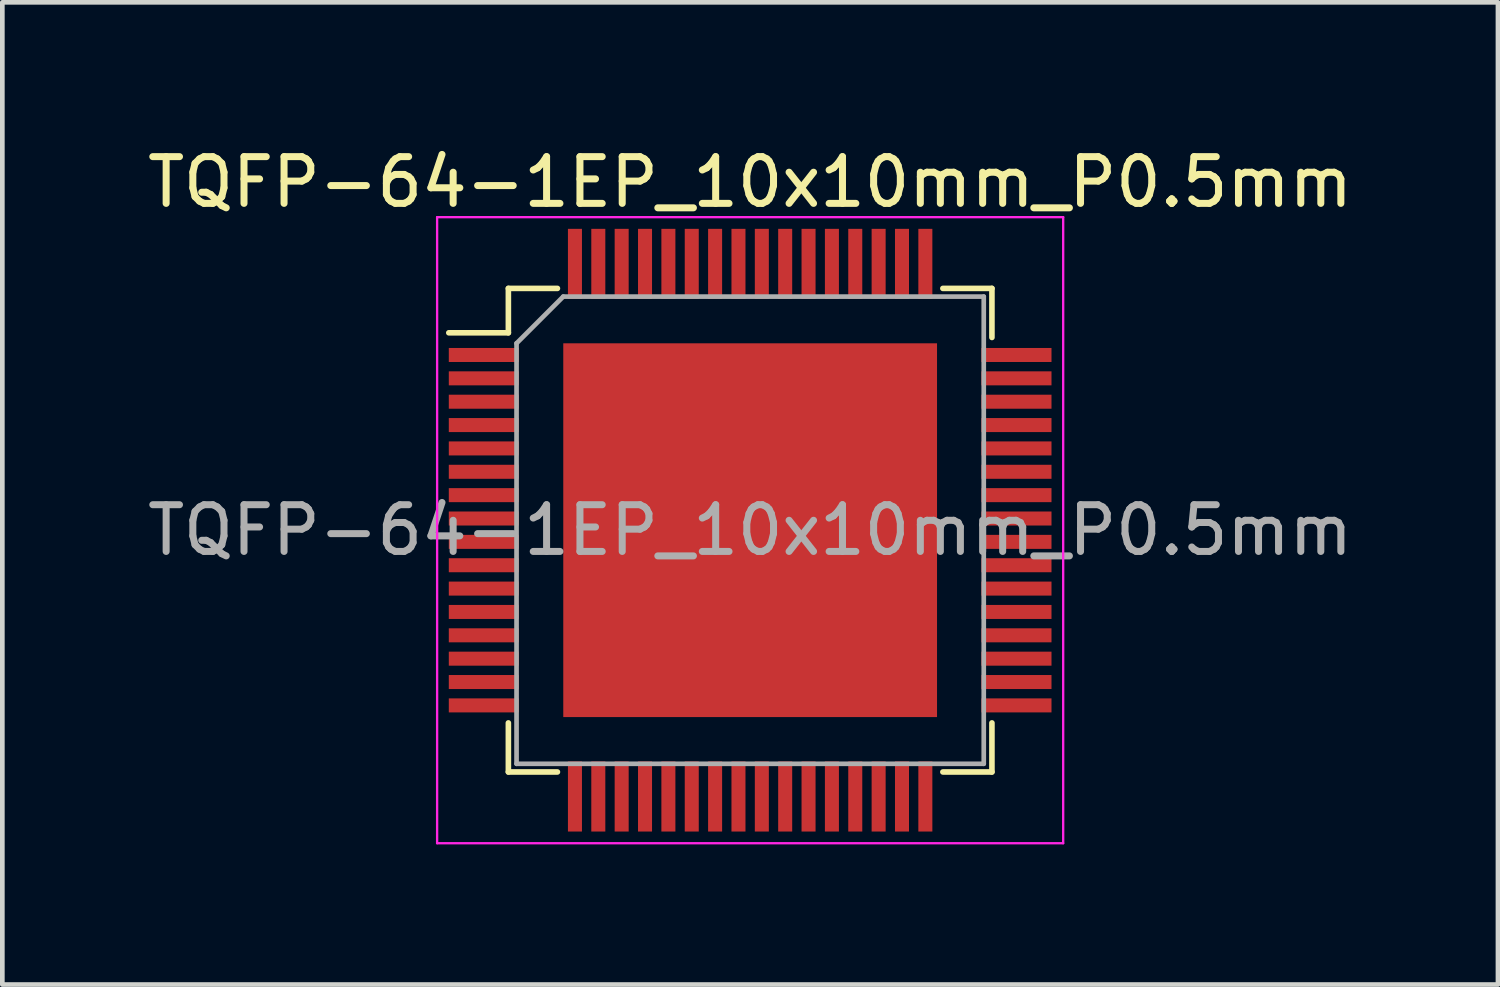
<source format=kicad_pcb>
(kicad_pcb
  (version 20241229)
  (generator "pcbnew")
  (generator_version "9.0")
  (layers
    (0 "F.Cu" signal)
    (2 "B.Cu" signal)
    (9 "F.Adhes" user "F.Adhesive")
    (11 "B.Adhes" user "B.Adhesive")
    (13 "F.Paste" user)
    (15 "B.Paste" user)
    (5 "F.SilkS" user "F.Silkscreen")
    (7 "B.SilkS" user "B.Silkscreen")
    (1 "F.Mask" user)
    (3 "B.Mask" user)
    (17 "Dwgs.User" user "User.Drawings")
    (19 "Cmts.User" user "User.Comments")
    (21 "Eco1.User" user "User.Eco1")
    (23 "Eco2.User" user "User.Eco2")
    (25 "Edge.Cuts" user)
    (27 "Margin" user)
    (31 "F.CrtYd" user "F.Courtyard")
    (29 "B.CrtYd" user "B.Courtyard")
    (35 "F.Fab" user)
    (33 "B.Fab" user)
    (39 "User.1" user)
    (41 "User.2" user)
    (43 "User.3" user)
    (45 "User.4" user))
  (footprint "TQFP-64-1EP_10x10mm_P0.5mm"
    (layer "F.Cu")
    (at 13.006 8.298)
    (property "Reference" "TQFP-64-1EP_10x10mm_P0.5mm" (at 0 -7.45 0) (layer "F.SilkS") (effects (font (size 1 1) (thickness 0.15))))
    (attr smd)
    (fp_line (start -5.175 -5.175) (end -5.175 -4.225) (stroke (width 0.12) (type solid)) (layer "F.SilkS"))
    (fp_line (start -5.175 -5.175) (end -4.125 -5.175) (stroke (width 0.12) (type solid)) (layer "F.SilkS"))
    (fp_line (start -5.175 -4.225) (end -6.45 -4.225) (stroke (width 0.12) (type solid)) (layer "F.SilkS"))
    (fp_line (start -5.175 5.175) (end -5.175 4.125) (stroke (width 0.12) (type solid)) (layer "F.SilkS"))
    (fp_line (start -5.175 5.175) (end -4.125 5.175) (stroke (width 0.12) (type solid)) (layer "F.SilkS"))
    (fp_line (start 5.175 -5.175) (end 4.125 -5.175) (stroke (width 0.12) (type solid)) (layer "F.SilkS"))
    (fp_line (start 5.175 -5.175) (end 5.175 -4.125) (stroke (width 0.12) (type solid)) (layer "F.SilkS"))
    (fp_line (start 5.175 5.175) (end 4.125 5.175) (stroke (width 0.12) (type solid)) (layer "F.SilkS"))
    (fp_line (start 5.175 5.175) (end 5.175 4.125) (stroke (width 0.12) (type solid)) (layer "F.SilkS"))
    (fp_line (start -6.7 -6.7) (end -6.7 6.7) (stroke (width 0.05) (type solid)) (layer "F.CrtYd"))
    (fp_line (start -6.7 -6.7) (end 6.7 -6.7) (stroke (width 0.05) (type solid)) (layer "F.CrtYd"))
    (fp_line (start -6.7 6.7) (end 6.7 6.7) (stroke (width 0.05) (type solid)) (layer "F.CrtYd"))
    (fp_line (start 6.7 -6.7) (end 6.7 6.7) (stroke (width 0.05) (type solid)) (layer "F.CrtYd"))
    (fp_line (start -5 -4) (end -4 -5) (stroke (width 0.1) (type solid)) (layer "F.Fab"))
    (fp_line (start -5 5) (end -5 -4) (stroke (width 0.1) (type solid)) (layer "F.Fab"))
    (fp_line (start -4 -5) (end 5 -5) (stroke (width 0.1) (type solid)) (layer "F.Fab"))
    (fp_line (start 5 -5) (end 5 5) (stroke (width 0.1) (type solid)) (layer "F.Fab"))
    (fp_line (start 5 5) (end -5 5) (stroke (width 0.1) (type solid)) (layer "F.Fab"))
    (fp_text user "${REFERENCE}" (at 0 0 0) (layer "F.Fab") (effects (font (size 1 1) (thickness 0.15))))
    (pad "" smd rect (at -3.2 -3.2) (size 1.24 1.24) (layers "F.Paste"))
    (pad "" smd rect (at -3.2 -1.6) (size 1.24 1.24) (layers "F.Paste"))
    (pad "" smd rect (at -3.2 0) (size 1.24 1.24) (layers "F.Paste"))
    (pad "" smd rect (at -3.2 1.6) (size 1.24 1.24) (layers "F.Paste"))
    (pad "" smd rect (at -3.2 3.2) (size 1.24 1.24) (layers "F.Paste"))
    (pad "" smd rect (at -1.6 -3.2) (size 1.24 1.24) (layers "F.Paste"))
    (pad "" smd rect (at -1.6 -1.6) (size 1.24 1.24) (layers "F.Paste"))
    (pad "" smd rect (at -1.6 0) (size 1.24 1.24) (layers "F.Paste"))
    (pad "" smd rect (at -1.6 1.6) (size 1.24 1.24) (layers "F.Paste"))
    (pad "" smd rect (at -1.6 3.2) (size 1.24 1.24) (layers "F.Paste"))
    (pad "" smd rect (at 0 -3.2) (size 1.24 1.24) (layers "F.Paste"))
    (pad "" smd rect (at 0 -1.6) (size 1.24 1.24) (layers "F.Paste"))
    (pad "" smd rect (at 0 0) (size 1.24 1.24) (layers "F.Paste"))
    (pad "" smd rect (at 0 1.6) (size 1.24 1.24) (layers "F.Paste"))
    (pad "" smd rect (at 0 3.2) (size 1.24 1.24) (layers "F.Paste"))
    (pad "" smd rect (at 1.6 -3.2) (size 1.24 1.24) (layers "F.Paste"))
    (pad "" smd rect (at 1.6 -1.6) (size 1.24 1.24) (layers "F.Paste"))
    (pad "" smd rect (at 1.6 0) (size 1.24 1.24) (layers "F.Paste"))
    (pad "" smd rect (at 1.6 1.6) (size 1.24 1.24) (layers "F.Paste"))
    (pad "" smd rect (at 1.6 3.2) (size 1.24 1.24) (layers "F.Paste"))
    (pad "" smd rect (at 3.2 -3.2) (size 1.24 1.24) (layers "F.Paste"))
    (pad "" smd rect (at 3.2 -1.6) (size 1.24 1.24) (layers "F.Paste"))
    (pad "" smd rect (at 3.2 0) (size 1.24 1.24) (layers "F.Paste"))
    (pad "" smd rect (at 3.2 1.6) (size 1.24 1.24) (layers "F.Paste"))
    (pad "" smd rect (at 3.2 3.2) (size 1.24 1.24) (layers "F.Paste"))
    (pad "1" smd rect (at -5.7 -3.75) (size 1.5 0.3) (layers "F.Cu" "F.Mask" "F.Paste"))
    (pad "2" smd rect (at -5.7 -3.25) (size 1.5 0.3) (layers "F.Cu" "F.Mask" "F.Paste"))
    (pad "3" smd rect (at -5.7 -2.75) (size 1.5 0.3) (layers "F.Cu" "F.Mask" "F.Paste"))
    (pad "4" smd rect (at -5.7 -2.25) (size 1.5 0.3) (layers "F.Cu" "F.Mask" "F.Paste"))
    (pad "5" smd rect (at -5.7 -1.75) (size 1.5 0.3) (layers "F.Cu" "F.Mask" "F.Paste"))
    (pad "6" smd rect (at -5.7 -1.25) (size 1.5 0.3) (layers "F.Cu" "F.Mask" "F.Paste"))
    (pad "7" smd rect (at -5.7 -0.75) (size 1.5 0.3) (layers "F.Cu" "F.Mask" "F.Paste"))
    (pad "8" smd rect (at -5.7 -0.25) (size 1.5 0.3) (layers "F.Cu" "F.Mask" "F.Paste"))
    (pad "9" smd rect (at -5.7 0.25) (size 1.5 0.3) (layers "F.Cu" "F.Mask" "F.Paste"))
    (pad "10" smd rect (at -5.7 0.75) (size 1.5 0.3) (layers "F.Cu" "F.Mask" "F.Paste"))
    (pad "11" smd rect (at -5.7 1.25) (size 1.5 0.3) (layers "F.Cu" "F.Mask" "F.Paste"))
    (pad "12" smd rect (at -5.7 1.75) (size 1.5 0.3) (layers "F.Cu" "F.Mask" "F.Paste"))
    (pad "13" smd rect (at -5.7 2.25) (size 1.5 0.3) (layers "F.Cu" "F.Mask" "F.Paste"))
    (pad "14" smd rect (at -5.7 2.75) (size 1.5 0.3) (layers "F.Cu" "F.Mask" "F.Paste"))
    (pad "15" smd rect (at -5.7 3.25) (size 1.5 0.3) (layers "F.Cu" "F.Mask" "F.Paste"))
    (pad "16" smd rect (at -5.7 3.75) (size 1.5 0.3) (layers "F.Cu" "F.Mask" "F.Paste"))
    (pad "17" smd rect (at -3.75 5.7 90) (size 1.5 0.3) (layers "F.Cu" "F.Mask" "F.Paste"))
    (pad "18" smd rect (at -3.25 5.7 90) (size 1.5 0.3) (layers "F.Cu" "F.Mask" "F.Paste"))
    (pad "19" smd rect (at -2.75 5.7 90) (size 1.5 0.3) (layers "F.Cu" "F.Mask" "F.Paste"))
    (pad "20" smd rect (at -2.25 5.7 90) (size 1.5 0.3) (layers "F.Cu" "F.Mask" "F.Paste"))
    (pad "21" smd rect (at -1.75 5.7 90) (size 1.5 0.3) (layers "F.Cu" "F.Mask" "F.Paste"))
    (pad "22" smd rect (at -1.25 5.7 90) (size 1.5 0.3) (layers "F.Cu" "F.Mask" "F.Paste"))
    (pad "23" smd rect (at -0.75 5.7 90) (size 1.5 0.3) (layers "F.Cu" "F.Mask" "F.Paste"))
    (pad "24" smd rect (at -0.25 5.7 90) (size 1.5 0.3) (layers "F.Cu" "F.Mask" "F.Paste"))
    (pad "25" smd rect (at 0.25 5.7 90) (size 1.5 0.3) (layers "F.Cu" "F.Mask" "F.Paste"))
    (pad "26" smd rect (at 0.75 5.7 90) (size 1.5 0.3) (layers "F.Cu" "F.Mask" "F.Paste"))
    (pad "27" smd rect (at 1.25 5.7 90) (size 1.5 0.3) (layers "F.Cu" "F.Mask" "F.Paste"))
    (pad "28" smd rect (at 1.75 5.7 90) (size 1.5 0.3) (layers "F.Cu" "F.Mask" "F.Paste"))
    (pad "29" smd rect (at 2.25 5.7 90) (size 1.5 0.3) (layers "F.Cu" "F.Mask" "F.Paste"))
    (pad "30" smd rect (at 2.75 5.7 90) (size 1.5 0.3) (layers "F.Cu" "F.Mask" "F.Paste"))
    (pad "31" smd rect (at 3.25 5.7 90) (size 1.5 0.3) (layers "F.Cu" "F.Mask" "F.Paste"))
    (pad "32" smd rect (at 3.75 5.7 90) (size 1.5 0.3) (layers "F.Cu" "F.Mask" "F.Paste"))
    (pad "33" smd rect (at 5.7 3.75) (size 1.5 0.3) (layers "F.Cu" "F.Mask" "F.Paste"))
    (pad "34" smd rect (at 5.7 3.25) (size 1.5 0.3) (layers "F.Cu" "F.Mask" "F.Paste"))
    (pad "35" smd rect (at 5.7 2.75) (size 1.5 0.3) (layers "F.Cu" "F.Mask" "F.Paste"))
    (pad "36" smd rect (at 5.7 2.25) (size 1.5 0.3) (layers "F.Cu" "F.Mask" "F.Paste"))
    (pad "37" smd rect (at 5.7 1.75) (size 1.5 0.3) (layers "F.Cu" "F.Mask" "F.Paste"))
    (pad "38" smd rect (at 5.7 1.25) (size 1.5 0.3) (layers "F.Cu" "F.Mask" "F.Paste"))
    (pad "39" smd rect (at 5.7 0.75) (size 1.5 0.3) (layers "F.Cu" "F.Mask" "F.Paste"))
    (pad "40" smd rect (at 5.7 0.25) (size 1.5 0.3) (layers "F.Cu" "F.Mask" "F.Paste"))
    (pad "41" smd rect (at 5.7 -0.25) (size 1.5 0.3) (layers "F.Cu" "F.Mask" "F.Paste"))
    (pad "42" smd rect (at 5.7 -0.75) (size 1.5 0.3) (layers "F.Cu" "F.Mask" "F.Paste"))
    (pad "43" smd rect (at 5.7 -1.25) (size 1.5 0.3) (layers "F.Cu" "F.Mask" "F.Paste"))
    (pad "44" smd rect (at 5.7 -1.75) (size 1.5 0.3) (layers "F.Cu" "F.Mask" "F.Paste"))
    (pad "45" smd rect (at 5.7 -2.25) (size 1.5 0.3) (layers "F.Cu" "F.Mask" "F.Paste"))
    (pad "46" smd rect (at 5.7 -2.75) (size 1.5 0.3) (layers "F.Cu" "F.Mask" "F.Paste"))
    (pad "47" smd rect (at 5.7 -3.25) (size 1.5 0.3) (layers "F.Cu" "F.Mask" "F.Paste"))
    (pad "48" smd rect (at 5.7 -3.75) (size 1.5 0.3) (layers "F.Cu" "F.Mask" "F.Paste"))
    (pad "49" smd rect (at 3.75 -5.7 90) (size 1.5 0.3) (layers "F.Cu" "F.Mask" "F.Paste"))
    (pad "50" smd rect (at 3.25 -5.7 90) (size 1.5 0.3) (layers "F.Cu" "F.Mask" "F.Paste"))
    (pad "51" smd rect (at 2.75 -5.7 90) (size 1.5 0.3) (layers "F.Cu" "F.Mask" "F.Paste"))
    (pad "52" smd rect (at 2.25 -5.7 90) (size 1.5 0.3) (layers "F.Cu" "F.Mask" "F.Paste"))
    (pad "53" smd rect (at 1.75 -5.7 90) (size 1.5 0.3) (layers "F.Cu" "F.Mask" "F.Paste"))
    (pad "54" smd rect (at 1.25 -5.7 90) (size 1.5 0.3) (layers "F.Cu" "F.Mask" "F.Paste"))
    (pad "55" smd rect (at 0.75 -5.7 90) (size 1.5 0.3) (layers "F.Cu" "F.Mask" "F.Paste"))
    (pad "56" smd rect (at 0.25 -5.7 90) (size 1.5 0.3) (layers "F.Cu" "F.Mask" "F.Paste"))
    (pad "57" smd rect (at -0.25 -5.7 90) (size 1.5 0.3) (layers "F.Cu" "F.Mask" "F.Paste"))
    (pad "58" smd rect (at -0.75 -5.7 90) (size 1.5 0.3) (layers "F.Cu" "F.Mask" "F.Paste"))
    (pad "59" smd rect (at -1.25 -5.7 90) (size 1.5 0.3) (layers "F.Cu" "F.Mask" "F.Paste"))
    (pad "60" smd rect (at -1.75 -5.7 90) (size 1.5 0.3) (layers "F.Cu" "F.Mask" "F.Paste"))
    (pad "61" smd rect (at -2.25 -5.7 90) (size 1.5 0.3) (layers "F.Cu" "F.Mask" "F.Paste"))
    (pad "62" smd rect (at -2.75 -5.7 90) (size 1.5 0.3) (layers "F.Cu" "F.Mask" "F.Paste"))
    (pad "63" smd rect (at -3.25 -5.7 90) (size 1.5 0.3) (layers "F.Cu" "F.Mask" "F.Paste"))
    (pad "64" smd rect (at -3.75 -5.7 90) (size 1.5 0.3) (layers "F.Cu" "F.Mask" "F.Paste"))
    (pad "65" smd rect (at 0 0) (size 8 8) (layers "F.Cu" "F.Mask")))
  (gr_rect
    (start -3 -3)
    (end 29.012 18.023)
    (stroke (width 0.1) (type default))
    (fill no)
    (layer "Edge.Cuts")))
</source>
